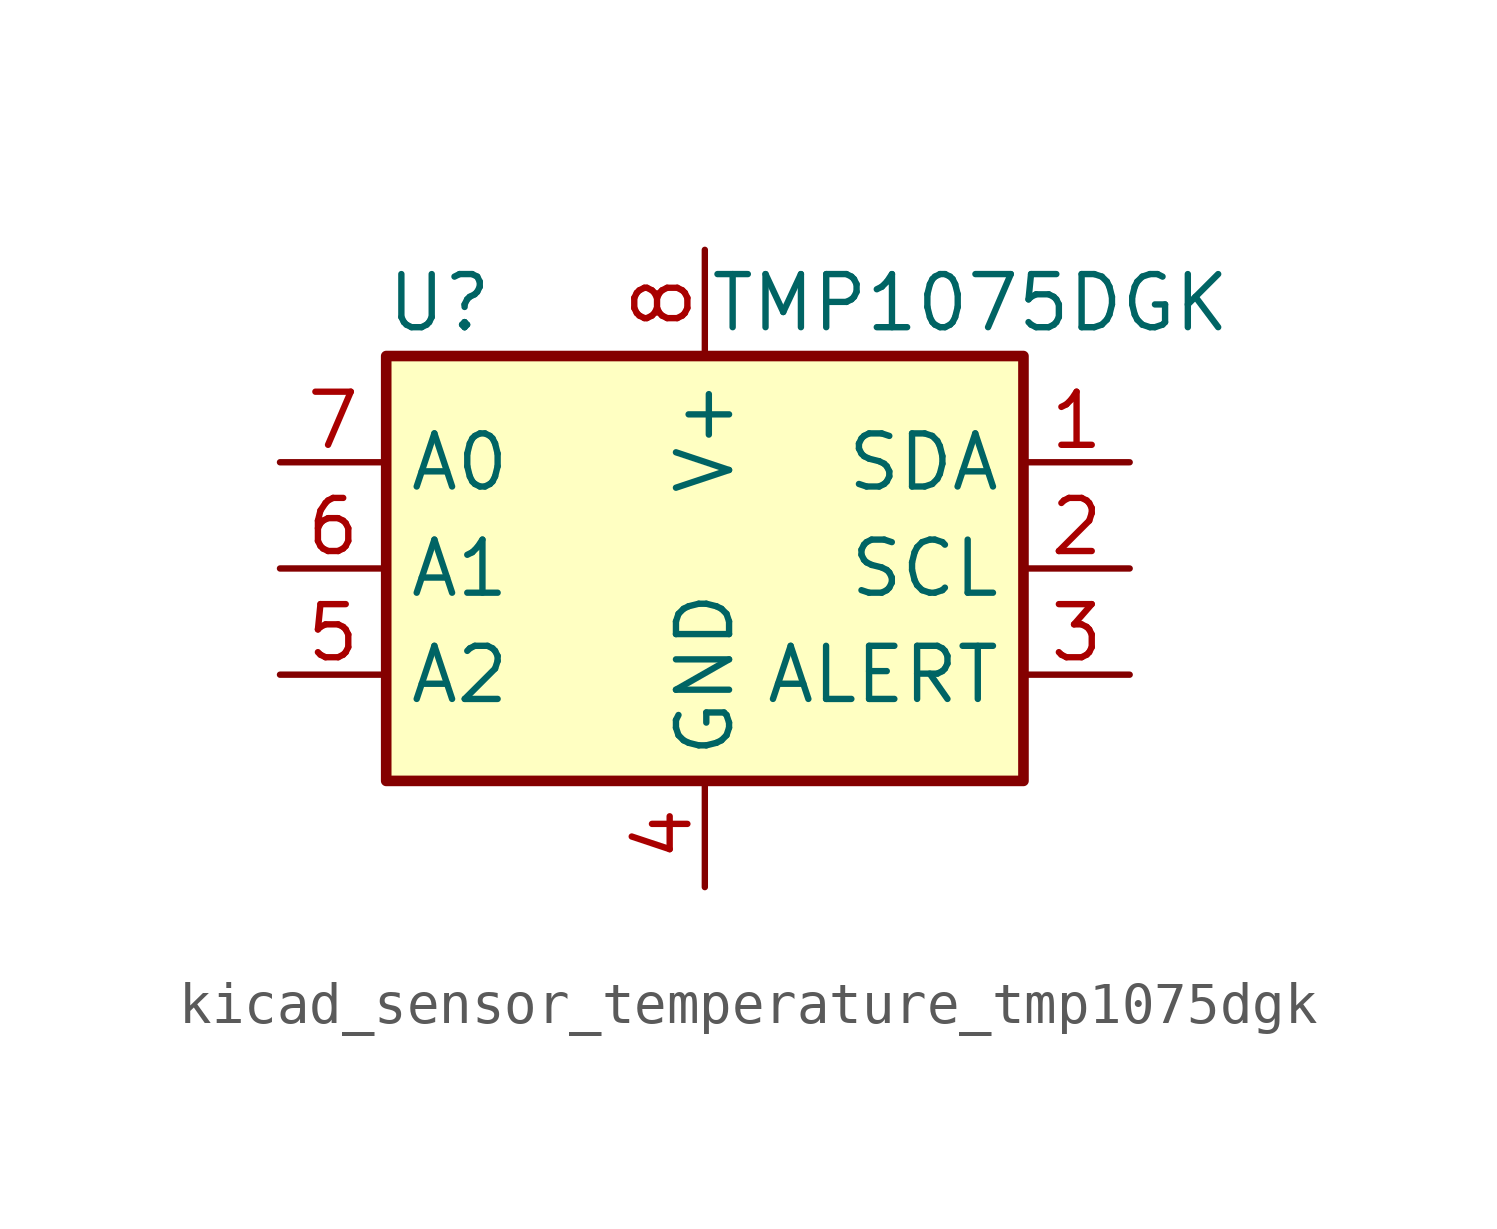
<source format=kicad_sym>
(kicad_symbol_lib
  (version 20220914)
  (generator kicad_symbol_editor)
  (symbol "kicad_sensor_temperature_tmp1075dgk"
    (property "Reference" "U"
      (at -6.35 6.35 0)
      (effects (font (size 1.27 1.27))))
    (property "Value" "TMP1075DGK"
      (at 6.35 6.35 0)
      (effects (font (size 1.27 1.27))))
    (symbol "kicad_sensor_temperature_tmp1075dgk_0_1"
      (rectangle (start -7.62 5.08) (end 7.62 -5.08) (stroke (width 0.254) (type default)) (fill (type background))))
    (symbol "kicad_sensor_temperature_tmp1075dgk_1_1"
      (pin bidirectional line (at 10.16 2.54 180) (length 2.54) (name "SDA" (effects (font (size 1.27 1.27)))) (number "1" (effects (font (size 1.27 1.27)))))
      (pin input line (at 10.16 0 180) (length 2.54) (name "SCL" (effects (font (size 1.27 1.27)))) (number "2" (effects (font (size 1.27 1.27)))))
      (pin open_collector line (at 10.16 -2.54 180) (length 2.54) (name "ALERT" (effects (font (size 1.27 1.27)))) (number "3" (effects (font (size 1.27 1.27)))))
      (pin power_in line (at 0 -7.62 90) (length 2.54) (name "GND" (effects (font (size 1.27 1.27)))) (number "4" (effects (font (size 1.27 1.27)))))
      (pin input line (at -10.16 -2.54 0) (length 2.54) (name "A2" (effects (font (size 1.27 1.27)))) (number "5" (effects (font (size 1.27 1.27)))))
      (pin input line (at -10.16 0 0) (length 2.54) (name "A1" (effects (font (size 1.27 1.27)))) (number "6" (effects (font (size 1.27 1.27)))))
      (pin input line (at -10.16 2.54 0) (length 2.54) (name "A0" (effects (font (size 1.27 1.27)))) (number "7" (effects (font (size 1.27 1.27)))))
      (pin power_in line (at 0 7.62 270) (length 2.54) (name "V+" (effects (font (size 1.27 1.27)))) (number "8" (effects (font (size 1.27 1.27))))))))
</source>
